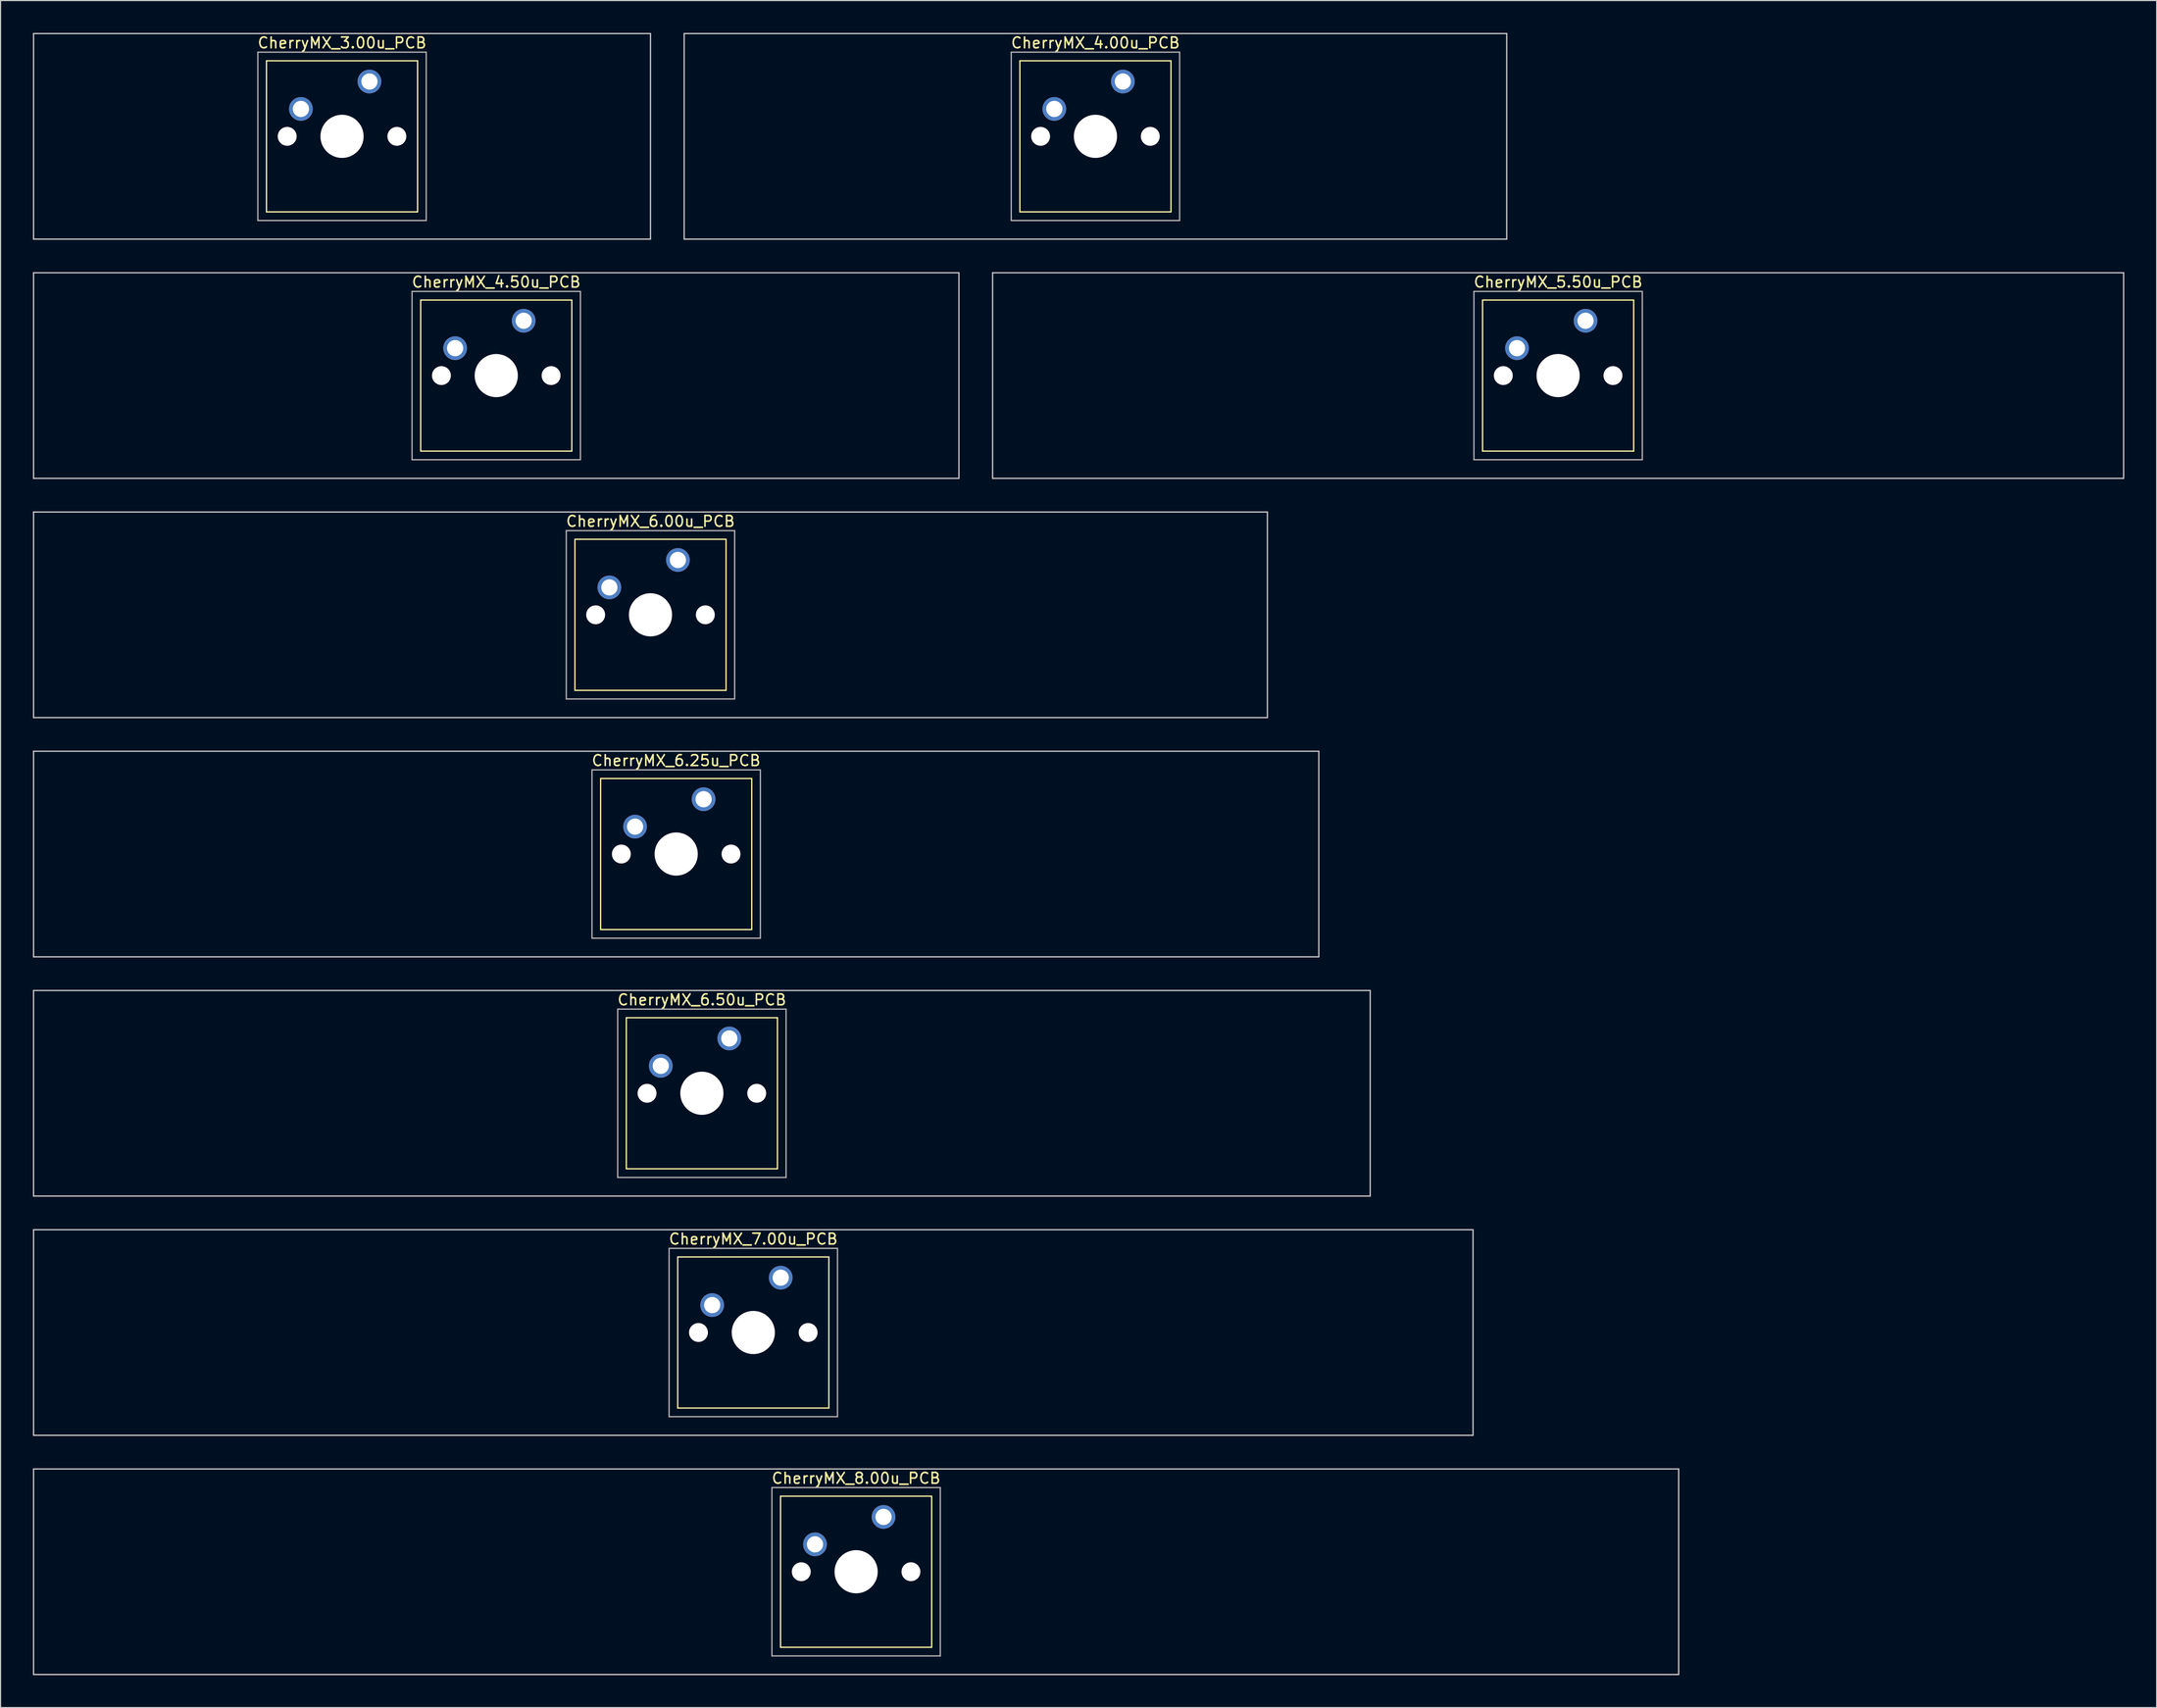
<source format=kicad_pcb>
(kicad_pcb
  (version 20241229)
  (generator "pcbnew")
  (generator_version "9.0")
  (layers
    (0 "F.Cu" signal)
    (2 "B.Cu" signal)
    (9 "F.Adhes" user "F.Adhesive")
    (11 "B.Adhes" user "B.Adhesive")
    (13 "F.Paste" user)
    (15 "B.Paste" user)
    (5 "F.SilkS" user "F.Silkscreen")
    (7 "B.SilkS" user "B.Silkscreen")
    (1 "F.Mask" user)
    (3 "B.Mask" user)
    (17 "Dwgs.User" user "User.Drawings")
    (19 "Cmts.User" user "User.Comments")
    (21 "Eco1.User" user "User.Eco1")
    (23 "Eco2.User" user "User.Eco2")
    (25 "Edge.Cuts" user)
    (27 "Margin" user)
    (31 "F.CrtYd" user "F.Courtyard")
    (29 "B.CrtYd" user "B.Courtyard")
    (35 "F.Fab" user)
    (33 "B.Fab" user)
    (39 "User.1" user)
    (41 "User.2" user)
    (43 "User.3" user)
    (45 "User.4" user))
  (footprint "CherryMX_7.00u_PCB"
    (layer "F.Cu")
    (at 66.735 120.435)
    (property "Reference" "CherryMX_7.00u_PCB" (at 0 -8.662 0) (layer "F.SilkS") (effects (font (size 1 1) (thickness 0.15))))
    (attr through_hole)
    (fp_line (start -7 -7) (end -7 7) (stroke (width 0.12) (type solid)) (layer "F.SilkS"))
    (fp_line (start -7 -7) (end 7 -7) (stroke (width 0.12) (type solid)) (layer "F.SilkS"))
    (fp_line (start 7 -7) (end 7 7) (stroke (width 0.12) (type solid)) (layer "F.SilkS"))
    (fp_line (start 7 7) (end -7 7) (stroke (width 0.12) (type solid)) (layer "F.SilkS"))
    (fp_line (start -66.675 -9.525) (end 66.675 -9.525) (stroke (width 0.12) (type solid)) (layer "Dwgs.User"))
    (fp_line (start -66.675 9.525) (end -66.675 -9.525) (stroke (width 0.12) (type solid)) (layer "Dwgs.User"))
    (fp_line (start 66.675 -9.525) (end 66.675 9.525) (stroke (width 0.12) (type solid)) (layer "Dwgs.User"))
    (fp_line (start 66.675 9.525) (end -66.675 9.525) (stroke (width 0.12) (type solid)) (layer "Dwgs.User"))
    (fp_line (start -7.8 -7.8) (end -7.8 7.8) (stroke (width 0.12) (type solid)) (layer "F.Fab"))
    (fp_line (start -7.8 -7.8) (end 7.8 -7.8) (stroke (width 0.12) (type solid)) (layer "F.Fab"))
    (fp_line (start -7.8 7.8) (end 7.8 7.8) (stroke (width 0.12) (type solid)) (layer "F.Fab"))
    (fp_line (start 7.8 -7.8) (end 7.8 7.8) (stroke (width 0.12) (type solid)) (layer "F.Fab"))
    (pad "" np_thru_hole circle (at -5.08 0) (size 1.75 1.75) (drill 1.75) (layers "*.Cu" "*.Mask"))
    (pad "" np_thru_hole circle (at 0 0) (size 4 4) (drill 4) (layers "*.Cu" "*.Mask"))
    (pad "" np_thru_hole circle (at 5.08 0) (size 1.75 1.75) (drill 1.75) (layers "*.Cu" "*.Mask"))
    (pad "1" thru_hole circle (at -3.81 -2.54) (size 2.2 2.2) (drill 1.5) (layers "*.Cu" "*.Mask"))
    (pad "2" thru_hole circle (at 2.54 -5.08) (size 2.2 2.2) (drill 1.5) (layers "*.Cu" "*.Mask")))
  (footprint "CherryMX_4.00u_PCB"
    (layer "F.Cu")
    (at 98.43 9.585)
    (property "Reference" "CherryMX_4.00u_PCB" (at 0 -8.662 0) (layer "F.SilkS") (effects (font (size 1 1) (thickness 0.15))))
    (attr through_hole)
    (fp_line (start -7 -7) (end -7 7) (stroke (width 0.12) (type solid)) (layer "F.SilkS"))
    (fp_line (start -7 -7) (end 7 -7) (stroke (width 0.12) (type solid)) (layer "F.SilkS"))
    (fp_line (start 7 -7) (end 7 7) (stroke (width 0.12) (type solid)) (layer "F.SilkS"))
    (fp_line (start 7 7) (end -7 7) (stroke (width 0.12) (type solid)) (layer "F.SilkS"))
    (fp_line (start -38.1 -9.525) (end 38.1 -9.525) (stroke (width 0.12) (type solid)) (layer "Dwgs.User"))
    (fp_line (start -38.1 9.525) (end -38.1 -9.525) (stroke (width 0.12) (type solid)) (layer "Dwgs.User"))
    (fp_line (start 38.1 -9.525) (end 38.1 9.525) (stroke (width 0.12) (type solid)) (layer "Dwgs.User"))
    (fp_line (start 38.1 9.525) (end -38.1 9.525) (stroke (width 0.12) (type solid)) (layer "Dwgs.User"))
    (fp_line (start -7.8 -7.8) (end -7.8 7.8) (stroke (width 0.12) (type solid)) (layer "F.Fab"))
    (fp_line (start -7.8 -7.8) (end 7.8 -7.8) (stroke (width 0.12) (type solid)) (layer "F.Fab"))
    (fp_line (start -7.8 7.8) (end 7.8 7.8) (stroke (width 0.12) (type solid)) (layer "F.Fab"))
    (fp_line (start 7.8 -7.8) (end 7.8 7.8) (stroke (width 0.12) (type solid)) (layer "F.Fab"))
    (pad "" np_thru_hole circle (at -5.08 0) (size 1.75 1.75) (drill 1.75) (layers "*.Cu" "*.Mask"))
    (pad "" np_thru_hole circle (at 0 0) (size 4 4) (drill 4) (layers "*.Cu" "*.Mask"))
    (pad "" np_thru_hole circle (at 5.08 0) (size 1.75 1.75) (drill 1.75) (layers "*.Cu" "*.Mask"))
    (pad "1" thru_hole circle (at -3.81 -2.54) (size 2.2 2.2) (drill 1.5) (layers "*.Cu" "*.Mask"))
    (pad "2" thru_hole circle (at 2.54 -5.08) (size 2.2 2.2) (drill 1.5) (layers "*.Cu" "*.Mask")))
  (footprint "CherryMX_6.50u_PCB"
    (layer "F.Cu")
    (at 61.972 98.265)
    (property "Reference" "CherryMX_6.50u_PCB" (at 0 -8.662 0) (layer "F.SilkS") (effects (font (size 1 1) (thickness 0.15))))
    (attr through_hole)
    (fp_line (start -7 -7) (end -7 7) (stroke (width 0.12) (type solid)) (layer "F.SilkS"))
    (fp_line (start -7 -7) (end 7 -7) (stroke (width 0.12) (type solid)) (layer "F.SilkS"))
    (fp_line (start 7 -7) (end 7 7) (stroke (width 0.12) (type solid)) (layer "F.SilkS"))
    (fp_line (start 7 7) (end -7 7) (stroke (width 0.12) (type solid)) (layer "F.SilkS"))
    (fp_line (start -61.913 -9.525) (end 61.913 -9.525) (stroke (width 0.12) (type solid)) (layer "Dwgs.User"))
    (fp_line (start -61.913 9.525) (end -61.913 -9.525) (stroke (width 0.12) (type solid)) (layer "Dwgs.User"))
    (fp_line (start 61.913 -9.525) (end 61.913 9.525) (stroke (width 0.12) (type solid)) (layer "Dwgs.User"))
    (fp_line (start 61.913 9.525) (end -61.913 9.525) (stroke (width 0.12) (type solid)) (layer "Dwgs.User"))
    (fp_line (start -7.8 -7.8) (end -7.8 7.8) (stroke (width 0.12) (type solid)) (layer "F.Fab"))
    (fp_line (start -7.8 -7.8) (end 7.8 -7.8) (stroke (width 0.12) (type solid)) (layer "F.Fab"))
    (fp_line (start -7.8 7.8) (end 7.8 7.8) (stroke (width 0.12) (type solid)) (layer "F.Fab"))
    (fp_line (start 7.8 -7.8) (end 7.8 7.8) (stroke (width 0.12) (type solid)) (layer "F.Fab"))
    (pad "" np_thru_hole circle (at -5.08 0) (size 1.75 1.75) (drill 1.75) (layers "*.Cu" "*.Mask"))
    (pad "" np_thru_hole circle (at 0 0) (size 4 4) (drill 4) (layers "*.Cu" "*.Mask"))
    (pad "" np_thru_hole circle (at 5.08 0) (size 1.75 1.75) (drill 1.75) (layers "*.Cu" "*.Mask"))
    (pad "1" thru_hole circle (at -3.81 -2.54) (size 2.2 2.2) (drill 1.5) (layers "*.Cu" "*.Mask"))
    (pad "2" thru_hole circle (at 2.54 -5.08) (size 2.2 2.2) (drill 1.5) (layers "*.Cu" "*.Mask")))
  (footprint "CherryMX_6.25u_PCB"
    (layer "F.Cu")
    (at 59.591 76.095)
    (property "Reference" "CherryMX_6.25u_PCB" (at 0 -8.662 0) (layer "F.SilkS") (effects (font (size 1 1) (thickness 0.15))))
    (attr through_hole)
    (fp_line (start -7 -7) (end -7 7) (stroke (width 0.12) (type solid)) (layer "F.SilkS"))
    (fp_line (start -7 -7) (end 7 -7) (stroke (width 0.12) (type solid)) (layer "F.SilkS"))
    (fp_line (start 7 -7) (end 7 7) (stroke (width 0.12) (type solid)) (layer "F.SilkS"))
    (fp_line (start 7 7) (end -7 7) (stroke (width 0.12) (type solid)) (layer "F.SilkS"))
    (fp_line (start -59.531 -9.525) (end 59.531 -9.525) (stroke (width 0.12) (type solid)) (layer "Dwgs.User"))
    (fp_line (start -59.531 9.525) (end -59.531 -9.525) (stroke (width 0.12) (type solid)) (layer "Dwgs.User"))
    (fp_line (start 59.531 -9.525) (end 59.531 9.525) (stroke (width 0.12) (type solid)) (layer "Dwgs.User"))
    (fp_line (start 59.531 9.525) (end -59.531 9.525) (stroke (width 0.12) (type solid)) (layer "Dwgs.User"))
    (fp_line (start -7.8 -7.8) (end -7.8 7.8) (stroke (width 0.12) (type solid)) (layer "F.Fab"))
    (fp_line (start -7.8 -7.8) (end 7.8 -7.8) (stroke (width 0.12) (type solid)) (layer "F.Fab"))
    (fp_line (start -7.8 7.8) (end 7.8 7.8) (stroke (width 0.12) (type solid)) (layer "F.Fab"))
    (fp_line (start 7.8 -7.8) (end 7.8 7.8) (stroke (width 0.12) (type solid)) (layer "F.Fab"))
    (pad "" np_thru_hole circle (at -5.08 0) (size 1.75 1.75) (drill 1.75) (layers "*.Cu" "*.Mask"))
    (pad "" np_thru_hole circle (at 0 0) (size 4 4) (drill 4) (layers "*.Cu" "*.Mask"))
    (pad "" np_thru_hole circle (at 5.08 0) (size 1.75 1.75) (drill 1.75) (layers "*.Cu" "*.Mask"))
    (pad "1" thru_hole circle (at -3.81 -2.54) (size 2.2 2.2) (drill 1.5) (layers "*.Cu" "*.Mask"))
    (pad "2" thru_hole circle (at 2.54 -5.08) (size 2.2 2.2) (drill 1.5) (layers "*.Cu" "*.Mask")))
  (footprint "CherryMX_8.00u_PCB"
    (layer "F.Cu")
    (at 76.26 142.605)
    (property "Reference" "CherryMX_8.00u_PCB" (at 0 -8.662 0) (layer "F.SilkS") (effects (font (size 1 1) (thickness 0.15))))
    (attr through_hole)
    (fp_line (start -7 -7) (end -7 7) (stroke (width 0.12) (type solid)) (layer "F.SilkS"))
    (fp_line (start -7 -7) (end 7 -7) (stroke (width 0.12) (type solid)) (layer "F.SilkS"))
    (fp_line (start 7 -7) (end 7 7) (stroke (width 0.12) (type solid)) (layer "F.SilkS"))
    (fp_line (start 7 7) (end -7 7) (stroke (width 0.12) (type solid)) (layer "F.SilkS"))
    (fp_line (start -76.2 -9.525) (end 76.2 -9.525) (stroke (width 0.12) (type solid)) (layer "Dwgs.User"))
    (fp_line (start -76.2 9.525) (end -76.2 -9.525) (stroke (width 0.12) (type solid)) (layer "Dwgs.User"))
    (fp_line (start 76.2 -9.525) (end 76.2 9.525) (stroke (width 0.12) (type solid)) (layer "Dwgs.User"))
    (fp_line (start 76.2 9.525) (end -76.2 9.525) (stroke (width 0.12) (type solid)) (layer "Dwgs.User"))
    (fp_line (start -7.8 -7.8) (end -7.8 7.8) (stroke (width 0.12) (type solid)) (layer "F.Fab"))
    (fp_line (start -7.8 -7.8) (end 7.8 -7.8) (stroke (width 0.12) (type solid)) (layer "F.Fab"))
    (fp_line (start -7.8 7.8) (end 7.8 7.8) (stroke (width 0.12) (type solid)) (layer "F.Fab"))
    (fp_line (start 7.8 -7.8) (end 7.8 7.8) (stroke (width 0.12) (type solid)) (layer "F.Fab"))
    (pad "" np_thru_hole circle (at -5.08 0) (size 1.75 1.75) (drill 1.75) (layers "*.Cu" "*.Mask"))
    (pad "" np_thru_hole circle (at 0 0) (size 4 4) (drill 4) (layers "*.Cu" "*.Mask"))
    (pad "" np_thru_hole circle (at 5.08 0) (size 1.75 1.75) (drill 1.75) (layers "*.Cu" "*.Mask"))
    (pad "1" thru_hole circle (at -3.81 -2.54) (size 2.2 2.2) (drill 1.5) (layers "*.Cu" "*.Mask"))
    (pad "2" thru_hole circle (at 2.54 -5.08) (size 2.2 2.2) (drill 1.5) (layers "*.Cu" "*.Mask")))
  (footprint "CherryMX_4.50u_PCB"
    (layer "F.Cu")
    (at 42.922 31.755)
    (property "Reference" "CherryMX_4.50u_PCB" (at 0 -8.662 0) (layer "F.SilkS") (effects (font (size 1 1) (thickness 0.15))))
    (attr through_hole)
    (fp_line (start -7 -7) (end -7 7) (stroke (width 0.12) (type solid)) (layer "F.SilkS"))
    (fp_line (start -7 -7) (end 7 -7) (stroke (width 0.12) (type solid)) (layer "F.SilkS"))
    (fp_line (start 7 -7) (end 7 7) (stroke (width 0.12) (type solid)) (layer "F.SilkS"))
    (fp_line (start 7 7) (end -7 7) (stroke (width 0.12) (type solid)) (layer "F.SilkS"))
    (fp_line (start -42.862 -9.525) (end 42.862 -9.525) (stroke (width 0.12) (type solid)) (layer "Dwgs.User"))
    (fp_line (start -42.862 9.525) (end -42.862 -9.525) (stroke (width 0.12) (type solid)) (layer "Dwgs.User"))
    (fp_line (start 42.862 -9.525) (end 42.862 9.525) (stroke (width 0.12) (type solid)) (layer "Dwgs.User"))
    (fp_line (start 42.862 9.525) (end -42.862 9.525) (stroke (width 0.12) (type solid)) (layer "Dwgs.User"))
    (fp_line (start -7.8 -7.8) (end -7.8 7.8) (stroke (width 0.12) (type solid)) (layer "F.Fab"))
    (fp_line (start -7.8 -7.8) (end 7.8 -7.8) (stroke (width 0.12) (type solid)) (layer "F.Fab"))
    (fp_line (start -7.8 7.8) (end 7.8 7.8) (stroke (width 0.12) (type solid)) (layer "F.Fab"))
    (fp_line (start 7.8 -7.8) (end 7.8 7.8) (stroke (width 0.12) (type solid)) (layer "F.Fab"))
    (pad "" np_thru_hole circle (at -5.08 0) (size 1.75 1.75) (drill 1.75) (layers "*.Cu" "*.Mask"))
    (pad "" np_thru_hole circle (at 0 0) (size 4 4) (drill 4) (layers "*.Cu" "*.Mask"))
    (pad "" np_thru_hole circle (at 5.08 0) (size 1.75 1.75) (drill 1.75) (layers "*.Cu" "*.Mask"))
    (pad "1" thru_hole circle (at -3.81 -2.54) (size 2.2 2.2) (drill 1.5) (layers "*.Cu" "*.Mask"))
    (pad "2" thru_hole circle (at 2.54 -5.08) (size 2.2 2.2) (drill 1.5) (layers "*.Cu" "*.Mask")))
  (footprint "CherryMX_3.00u_PCB"
    (layer "F.Cu")
    (at 28.635 9.585)
    (property "Reference" "CherryMX_3.00u_PCB" (at 0 -8.662 0) (layer "F.SilkS") (effects (font (size 1 1) (thickness 0.15))))
    (attr through_hole)
    (fp_line (start -7 -7) (end -7 7) (stroke (width 0.12) (type solid)) (layer "F.SilkS"))
    (fp_line (start -7 -7) (end 7 -7) (stroke (width 0.12) (type solid)) (layer "F.SilkS"))
    (fp_line (start 7 -7) (end 7 7) (stroke (width 0.12) (type solid)) (layer "F.SilkS"))
    (fp_line (start 7 7) (end -7 7) (stroke (width 0.12) (type solid)) (layer "F.SilkS"))
    (fp_line (start -28.575 -9.525) (end 28.575 -9.525) (stroke (width 0.12) (type solid)) (layer "Dwgs.User"))
    (fp_line (start -28.575 9.525) (end -28.575 -9.525) (stroke (width 0.12) (type solid)) (layer "Dwgs.User"))
    (fp_line (start 28.575 -9.525) (end 28.575 9.525) (stroke (width 0.12) (type solid)) (layer "Dwgs.User"))
    (fp_line (start 28.575 9.525) (end -28.575 9.525) (stroke (width 0.12) (type solid)) (layer "Dwgs.User"))
    (fp_line (start -7.8 -7.8) (end -7.8 7.8) (stroke (width 0.12) (type solid)) (layer "F.Fab"))
    (fp_line (start -7.8 -7.8) (end 7.8 -7.8) (stroke (width 0.12) (type solid)) (layer "F.Fab"))
    (fp_line (start -7.8 7.8) (end 7.8 7.8) (stroke (width 0.12) (type solid)) (layer "F.Fab"))
    (fp_line (start 7.8 -7.8) (end 7.8 7.8) (stroke (width 0.12) (type solid)) (layer "F.Fab"))
    (pad "" np_thru_hole circle (at -5.08 0) (size 1.75 1.75) (drill 1.75) (layers "*.Cu" "*.Mask"))
    (pad "" np_thru_hole circle (at 0 0) (size 4 4) (drill 4) (layers "*.Cu" "*.Mask"))
    (pad "" np_thru_hole circle (at 5.08 0) (size 1.75 1.75) (drill 1.75) (layers "*.Cu" "*.Mask"))
    (pad "1" thru_hole circle (at -3.81 -2.54) (size 2.2 2.2) (drill 1.5) (layers "*.Cu" "*.Mask"))
    (pad "2" thru_hole circle (at 2.54 -5.08) (size 2.2 2.2) (drill 1.5) (layers "*.Cu" "*.Mask")))
  (footprint "CherryMX_6.00u_PCB"
    (layer "F.Cu")
    (at 57.21 53.925)
    (property "Reference" "CherryMX_6.00u_PCB" (at 0 -8.662 0) (layer "F.SilkS") (effects (font (size 1 1) (thickness 0.15))))
    (attr through_hole)
    (fp_line (start -7 -7) (end -7 7) (stroke (width 0.12) (type solid)) (layer "F.SilkS"))
    (fp_line (start -7 -7) (end 7 -7) (stroke (width 0.12) (type solid)) (layer "F.SilkS"))
    (fp_line (start 7 -7) (end 7 7) (stroke (width 0.12) (type solid)) (layer "F.SilkS"))
    (fp_line (start 7 7) (end -7 7) (stroke (width 0.12) (type solid)) (layer "F.SilkS"))
    (fp_line (start -57.15 -9.525) (end 57.15 -9.525) (stroke (width 0.12) (type solid)) (layer "Dwgs.User"))
    (fp_line (start -57.15 9.525) (end -57.15 -9.525) (stroke (width 0.12) (type solid)) (layer "Dwgs.User"))
    (fp_line (start 57.15 -9.525) (end 57.15 9.525) (stroke (width 0.12) (type solid)) (layer "Dwgs.User"))
    (fp_line (start 57.15 9.525) (end -57.15 9.525) (stroke (width 0.12) (type solid)) (layer "Dwgs.User"))
    (fp_line (start -7.8 -7.8) (end -7.8 7.8) (stroke (width 0.12) (type solid)) (layer "F.Fab"))
    (fp_line (start -7.8 -7.8) (end 7.8 -7.8) (stroke (width 0.12) (type solid)) (layer "F.Fab"))
    (fp_line (start -7.8 7.8) (end 7.8 7.8) (stroke (width 0.12) (type solid)) (layer "F.Fab"))
    (fp_line (start 7.8 -7.8) (end 7.8 7.8) (stroke (width 0.12) (type solid)) (layer "F.Fab"))
    (pad "" np_thru_hole circle (at -5.08 0) (size 1.75 1.75) (drill 1.75) (layers "*.Cu" "*.Mask"))
    (pad "" np_thru_hole circle (at 0 0) (size 4 4) (drill 4) (layers "*.Cu" "*.Mask"))
    (pad "" np_thru_hole circle (at 5.08 0) (size 1.75 1.75) (drill 1.75) (layers "*.Cu" "*.Mask"))
    (pad "1" thru_hole circle (at -3.81 -2.54) (size 2.2 2.2) (drill 1.5) (layers "*.Cu" "*.Mask"))
    (pad "2" thru_hole circle (at 2.54 -5.08) (size 2.2 2.2) (drill 1.5) (layers "*.Cu" "*.Mask")))
  (footprint "CherryMX_5.50u_PCB"
    (layer "F.Cu")
    (at 141.292 31.755)
    (property "Reference" "CherryMX_5.50u_PCB" (at 0 -8.662 0) (layer "F.SilkS") (effects (font (size 1 1) (thickness 0.15))))
    (attr through_hole)
    (fp_line (start -7 -7) (end -7 7) (stroke (width 0.12) (type solid)) (layer "F.SilkS"))
    (fp_line (start -7 -7) (end 7 -7) (stroke (width 0.12) (type solid)) (layer "F.SilkS"))
    (fp_line (start 7 -7) (end 7 7) (stroke (width 0.12) (type solid)) (layer "F.SilkS"))
    (fp_line (start 7 7) (end -7 7) (stroke (width 0.12) (type solid)) (layer "F.SilkS"))
    (fp_line (start -52.388 -9.525) (end 52.388 -9.525) (stroke (width 0.12) (type solid)) (layer "Dwgs.User"))
    (fp_line (start -52.388 9.525) (end -52.388 -9.525) (stroke (width 0.12) (type solid)) (layer "Dwgs.User"))
    (fp_line (start 52.388 -9.525) (end 52.388 9.525) (stroke (width 0.12) (type solid)) (layer "Dwgs.User"))
    (fp_line (start 52.388 9.525) (end -52.388 9.525) (stroke (width 0.12) (type solid)) (layer "Dwgs.User"))
    (fp_line (start -7.8 -7.8) (end -7.8 7.8) (stroke (width 0.12) (type solid)) (layer "F.Fab"))
    (fp_line (start -7.8 -7.8) (end 7.8 -7.8) (stroke (width 0.12) (type solid)) (layer "F.Fab"))
    (fp_line (start -7.8 7.8) (end 7.8 7.8) (stroke (width 0.12) (type solid)) (layer "F.Fab"))
    (fp_line (start 7.8 -7.8) (end 7.8 7.8) (stroke (width 0.12) (type solid)) (layer "F.Fab"))
    (pad "" np_thru_hole circle (at -5.08 0) (size 1.75 1.75) (drill 1.75) (layers "*.Cu" "*.Mask"))
    (pad "" np_thru_hole circle (at 0 0) (size 4 4) (drill 4) (layers "*.Cu" "*.Mask"))
    (pad "" np_thru_hole circle (at 5.08 0) (size 1.75 1.75) (drill 1.75) (layers "*.Cu" "*.Mask"))
    (pad "1" thru_hole circle (at -3.81 -2.54) (size 2.2 2.2) (drill 1.5) (layers "*.Cu" "*.Mask"))
    (pad "2" thru_hole circle (at 2.54 -5.08) (size 2.2 2.2) (drill 1.5) (layers "*.Cu" "*.Mask")))
  (gr_rect
    (start -3 -3)
    (end 196.74 155.19)
    (stroke (width 0.1) (type default))
    (fill no)
    (layer "Edge.Cuts")))
</source>
